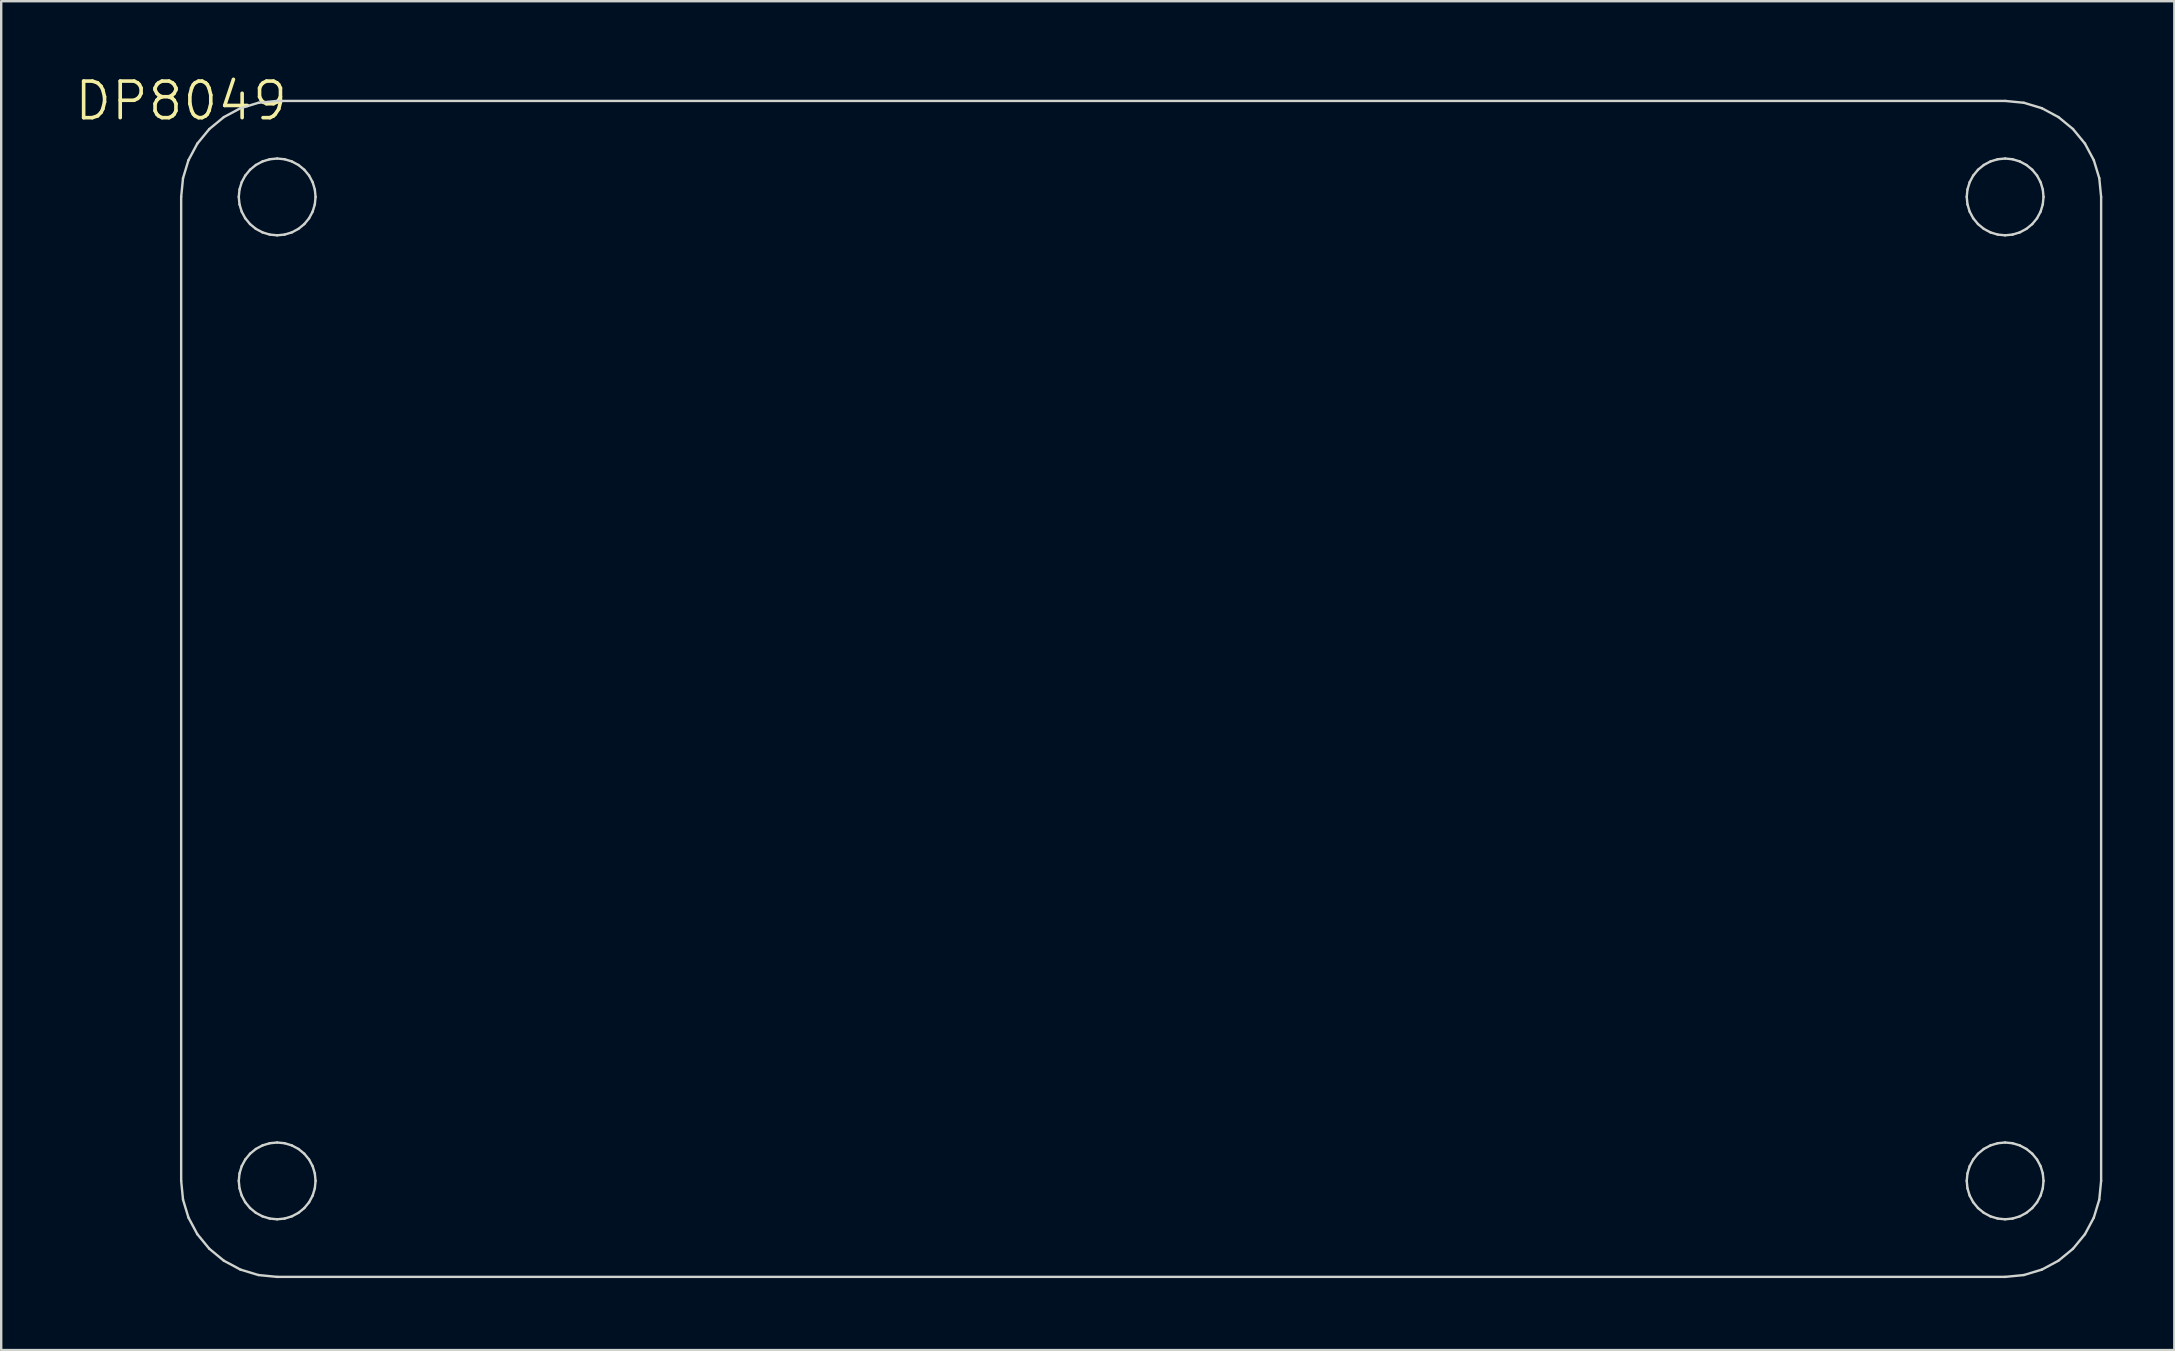
<source format=kicad_pcb>
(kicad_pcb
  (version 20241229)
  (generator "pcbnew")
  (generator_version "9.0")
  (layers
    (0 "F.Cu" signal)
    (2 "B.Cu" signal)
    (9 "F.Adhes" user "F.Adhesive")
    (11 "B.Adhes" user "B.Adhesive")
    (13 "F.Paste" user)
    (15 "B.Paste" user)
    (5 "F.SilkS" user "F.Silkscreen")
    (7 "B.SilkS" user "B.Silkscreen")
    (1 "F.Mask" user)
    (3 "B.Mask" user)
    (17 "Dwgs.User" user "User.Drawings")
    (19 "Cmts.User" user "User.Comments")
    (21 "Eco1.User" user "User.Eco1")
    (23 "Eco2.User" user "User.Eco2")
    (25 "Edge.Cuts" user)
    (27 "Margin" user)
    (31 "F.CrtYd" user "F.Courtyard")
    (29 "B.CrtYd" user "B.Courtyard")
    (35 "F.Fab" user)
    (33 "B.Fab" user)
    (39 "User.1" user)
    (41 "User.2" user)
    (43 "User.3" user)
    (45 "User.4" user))
  (footprint "DP8049"
    (layer "F.Cu")
    (at 4.499 1.155)
    (property "Reference" "DP8049" (at 0 0 0) (layer "F.SilkS") (effects (font (size 1.524 1.524) (thickness 0.15))))
    (attr through_hole)
    (fp_line (start 0 4) (end 0.077 3.22) (stroke (width 0.1) (type solid)) (layer "Edge.Cuts"))
    (fp_line (start 0 45) (end 0 4) (stroke (width 0.1) (type solid)) (layer "Edge.Cuts"))
    (fp_line (start 0.077 3.22) (end 0.304 2.469) (stroke (width 0.1) (type solid)) (layer "Edge.Cuts"))
    (fp_line (start 0.077 45.78) (end 0 45) (stroke (width 0.1) (type solid)) (layer "Edge.Cuts"))
    (fp_line (start 0.304 2.469) (end 0.674 1.778) (stroke (width 0.1) (type solid)) (layer "Edge.Cuts"))
    (fp_line (start 0.304 46.531) (end 0.077 45.78) (stroke (width 0.1) (type solid)) (layer "Edge.Cuts"))
    (fp_line (start 0.674 1.778) (end 1.172 1.172) (stroke (width 0.1) (type solid)) (layer "Edge.Cuts"))
    (fp_line (start 0.674 47.222) (end 0.304 46.531) (stroke (width 0.1) (type solid)) (layer "Edge.Cuts"))
    (fp_line (start 1.172 1.172) (end 1.778 0.674) (stroke (width 0.1) (type solid)) (layer "Edge.Cuts"))
    (fp_line (start 1.172 47.828) (end 0.674 47.222) (stroke (width 0.1) (type solid)) (layer "Edge.Cuts"))
    (fp_line (start 1.778 0.674) (end 2.469 0.304) (stroke (width 0.1) (type solid)) (layer "Edge.Cuts"))
    (fp_line (start 1.778 48.326) (end 1.172 47.828) (stroke (width 0.1) (type solid)) (layer "Edge.Cuts"))
    (fp_line (start 2.4 4) (end 2.431 4.312) (stroke (width 0.1) (type solid)) (layer "Edge.Cuts"))
    (fp_line (start 2.4 45) (end 2.431 45.312) (stroke (width 0.1) (type solid)) (layer "Edge.Cuts"))
    (fp_line (start 2.431 3.688) (end 2.4 4) (stroke (width 0.1) (type solid)) (layer "Edge.Cuts"))
    (fp_line (start 2.431 4.312) (end 2.522 4.612) (stroke (width 0.1) (type solid)) (layer "Edge.Cuts"))
    (fp_line (start 2.431 44.688) (end 2.4 45) (stroke (width 0.1) (type solid)) (layer "Edge.Cuts"))
    (fp_line (start 2.431 45.312) (end 2.522 45.612) (stroke (width 0.1) (type solid)) (layer "Edge.Cuts"))
    (fp_line (start 2.469 0.304) (end 3.22 0.077) (stroke (width 0.1) (type solid)) (layer "Edge.Cuts"))
    (fp_line (start 2.469 48.696) (end 1.778 48.326) (stroke (width 0.1) (type solid)) (layer "Edge.Cuts"))
    (fp_line (start 2.522 3.388) (end 2.431 3.688) (stroke (width 0.1) (type solid)) (layer "Edge.Cuts"))
    (fp_line (start 2.522 4.612) (end 2.67 4.889) (stroke (width 0.1) (type solid)) (layer "Edge.Cuts"))
    (fp_line (start 2.522 44.388) (end 2.431 44.688) (stroke (width 0.1) (type solid)) (layer "Edge.Cuts"))
    (fp_line (start 2.522 45.612) (end 2.67 45.889) (stroke (width 0.1) (type solid)) (layer "Edge.Cuts"))
    (fp_line (start 2.67 3.111) (end 2.522 3.388) (stroke (width 0.1) (type solid)) (layer "Edge.Cuts"))
    (fp_line (start 2.67 4.889) (end 2.869 5.131) (stroke (width 0.1) (type solid)) (layer "Edge.Cuts"))
    (fp_line (start 2.67 44.111) (end 2.522 44.388) (stroke (width 0.1) (type solid)) (layer "Edge.Cuts"))
    (fp_line (start 2.67 45.889) (end 2.869 46.131) (stroke (width 0.1) (type solid)) (layer "Edge.Cuts"))
    (fp_line (start 2.869 2.869) (end 2.67 3.111) (stroke (width 0.1) (type solid)) (layer "Edge.Cuts"))
    (fp_line (start 2.869 5.131) (end 3.111 5.33) (stroke (width 0.1) (type solid)) (layer "Edge.Cuts"))
    (fp_line (start 2.869 43.869) (end 2.67 44.111) (stroke (width 0.1) (type solid)) (layer "Edge.Cuts"))
    (fp_line (start 2.869 46.131) (end 3.111 46.33) (stroke (width 0.1) (type solid)) (layer "Edge.Cuts"))
    (fp_line (start 3.111 2.67) (end 2.869 2.869) (stroke (width 0.1) (type solid)) (layer "Edge.Cuts"))
    (fp_line (start 3.111 5.33) (end 3.388 5.478) (stroke (width 0.1) (type solid)) (layer "Edge.Cuts"))
    (fp_line (start 3.111 43.67) (end 2.869 43.869) (stroke (width 0.1) (type solid)) (layer "Edge.Cuts"))
    (fp_line (start 3.111 46.33) (end 3.388 46.478) (stroke (width 0.1) (type solid)) (layer "Edge.Cuts"))
    (fp_line (start 3.22 0.077) (end 4 0) (stroke (width 0.1) (type solid)) (layer "Edge.Cuts"))
    (fp_line (start 3.22 48.923) (end 2.469 48.696) (stroke (width 0.1) (type solid)) (layer "Edge.Cuts"))
    (fp_line (start 3.388 2.522) (end 3.111 2.67) (stroke (width 0.1) (type solid)) (layer "Edge.Cuts"))
    (fp_line (start 3.388 5.478) (end 3.688 5.569) (stroke (width 0.1) (type solid)) (layer "Edge.Cuts"))
    (fp_line (start 3.388 43.522) (end 3.111 43.67) (stroke (width 0.1) (type solid)) (layer "Edge.Cuts"))
    (fp_line (start 3.388 46.478) (end 3.688 46.569) (stroke (width 0.1) (type solid)) (layer "Edge.Cuts"))
    (fp_line (start 3.688 2.431) (end 3.388 2.522) (stroke (width 0.1) (type solid)) (layer "Edge.Cuts"))
    (fp_line (start 3.688 5.569) (end 4 5.6) (stroke (width 0.1) (type solid)) (layer "Edge.Cuts"))
    (fp_line (start 3.688 43.431) (end 3.388 43.522) (stroke (width 0.1) (type solid)) (layer "Edge.Cuts"))
    (fp_line (start 3.688 46.569) (end 4 46.6) (stroke (width 0.1) (type solid)) (layer "Edge.Cuts"))
    (fp_line (start 4 0) (end 76 0) (stroke (width 0.1) (type solid)) (layer "Edge.Cuts"))
    (fp_line (start 4 2.4) (end 3.688 2.431) (stroke (width 0.1) (type solid)) (layer "Edge.Cuts"))
    (fp_line (start 4 43.4) (end 3.688 43.431) (stroke (width 0.1) (type solid)) (layer "Edge.Cuts"))
    (fp_line (start 4 5.6) (end 4.312 5.569) (stroke (width 0.1) (type solid)) (layer "Edge.Cuts"))
    (fp_line (start 4 46.6) (end 4.312 46.569) (stroke (width 0.1) (type solid)) (layer "Edge.Cuts"))
    (fp_line (start 4 49) (end 3.22 48.923) (stroke (width 0.1) (type solid)) (layer "Edge.Cuts"))
    (fp_line (start 4.312 2.431) (end 4 2.4) (stroke (width 0.1) (type solid)) (layer "Edge.Cuts"))
    (fp_line (start 4.312 5.569) (end 4.612 5.478) (stroke (width 0.1) (type solid)) (layer "Edge.Cuts"))
    (fp_line (start 4.312 43.431) (end 4 43.4) (stroke (width 0.1) (type solid)) (layer "Edge.Cuts"))
    (fp_line (start 4.312 46.569) (end 4.612 46.478) (stroke (width 0.1) (type solid)) (layer "Edge.Cuts"))
    (fp_line (start 4.612 2.522) (end 4.312 2.431) (stroke (width 0.1) (type solid)) (layer "Edge.Cuts"))
    (fp_line (start 4.612 5.478) (end 4.889 5.33) (stroke (width 0.1) (type solid)) (layer "Edge.Cuts"))
    (fp_line (start 4.612 43.522) (end 4.312 43.431) (stroke (width 0.1) (type solid)) (layer "Edge.Cuts"))
    (fp_line (start 4.612 46.478) (end 4.889 46.33) (stroke (width 0.1) (type solid)) (layer "Edge.Cuts"))
    (fp_line (start 4.889 2.67) (end 4.612 2.522) (stroke (width 0.1) (type solid)) (layer "Edge.Cuts"))
    (fp_line (start 4.889 5.33) (end 5.131 5.131) (stroke (width 0.1) (type solid)) (layer "Edge.Cuts"))
    (fp_line (start 4.889 43.67) (end 4.612 43.522) (stroke (width 0.1) (type solid)) (layer "Edge.Cuts"))
    (fp_line (start 4.889 46.33) (end 5.131 46.131) (stroke (width 0.1) (type solid)) (layer "Edge.Cuts"))
    (fp_line (start 5.131 2.869) (end 4.889 2.67) (stroke (width 0.1) (type solid)) (layer "Edge.Cuts"))
    (fp_line (start 5.131 5.131) (end 5.33 4.889) (stroke (width 0.1) (type solid)) (layer "Edge.Cuts"))
    (fp_line (start 5.131 43.869) (end 4.889 43.67) (stroke (width 0.1) (type solid)) (layer "Edge.Cuts"))
    (fp_line (start 5.131 46.131) (end 5.33 45.889) (stroke (width 0.1) (type solid)) (layer "Edge.Cuts"))
    (fp_line (start 5.33 3.111) (end 5.131 2.869) (stroke (width 0.1) (type solid)) (layer "Edge.Cuts"))
    (fp_line (start 5.33 4.889) (end 5.478 4.612) (stroke (width 0.1) (type solid)) (layer "Edge.Cuts"))
    (fp_line (start 5.33 44.111) (end 5.131 43.869) (stroke (width 0.1) (type solid)) (layer "Edge.Cuts"))
    (fp_line (start 5.33 45.889) (end 5.478 45.612) (stroke (width 0.1) (type solid)) (layer "Edge.Cuts"))
    (fp_line (start 5.478 3.388) (end 5.33 3.111) (stroke (width 0.1) (type solid)) (layer "Edge.Cuts"))
    (fp_line (start 5.478 4.612) (end 5.569 4.312) (stroke (width 0.1) (type solid)) (layer "Edge.Cuts"))
    (fp_line (start 5.478 44.388) (end 5.33 44.111) (stroke (width 0.1) (type solid)) (layer "Edge.Cuts"))
    (fp_line (start 5.478 45.612) (end 5.569 45.312) (stroke (width 0.1) (type solid)) (layer "Edge.Cuts"))
    (fp_line (start 5.569 3.688) (end 5.478 3.388) (stroke (width 0.1) (type solid)) (layer "Edge.Cuts"))
    (fp_line (start 5.569 4.312) (end 5.6 4) (stroke (width 0.1) (type solid)) (layer "Edge.Cuts"))
    (fp_line (start 5.569 44.688) (end 5.478 44.388) (stroke (width 0.1) (type solid)) (layer "Edge.Cuts"))
    (fp_line (start 5.569 45.312) (end 5.6 45) (stroke (width 0.1) (type solid)) (layer "Edge.Cuts"))
    (fp_line (start 5.6 4) (end 5.569 3.688) (stroke (width 0.1) (type solid)) (layer "Edge.Cuts"))
    (fp_line (start 5.6 45) (end 5.569 44.688) (stroke (width 0.1) (type solid)) (layer "Edge.Cuts"))
    (fp_line (start 74.4 4) (end 74.431 4.312) (stroke (width 0.1) (type solid)) (layer "Edge.Cuts"))
    (fp_line (start 74.4 45) (end 74.431 45.312) (stroke (width 0.1) (type solid)) (layer "Edge.Cuts"))
    (fp_line (start 74.431 3.688) (end 74.4 4) (stroke (width 0.1) (type solid)) (layer "Edge.Cuts"))
    (fp_line (start 74.431 4.312) (end 74.522 4.612) (stroke (width 0.1) (type solid)) (layer "Edge.Cuts"))
    (fp_line (start 74.431 44.688) (end 74.4 45) (stroke (width 0.1) (type solid)) (layer "Edge.Cuts"))
    (fp_line (start 74.431 45.312) (end 74.522 45.612) (stroke (width 0.1) (type solid)) (layer "Edge.Cuts"))
    (fp_line (start 74.522 3.388) (end 74.431 3.688) (stroke (width 0.1) (type solid)) (layer "Edge.Cuts"))
    (fp_line (start 74.522 4.612) (end 74.67 4.889) (stroke (width 0.1) (type solid)) (layer "Edge.Cuts"))
    (fp_line (start 74.522 44.388) (end 74.431 44.688) (stroke (width 0.1) (type solid)) (layer "Edge.Cuts"))
    (fp_line (start 74.522 45.612) (end 74.67 45.889) (stroke (width 0.1) (type solid)) (layer "Edge.Cuts"))
    (fp_line (start 74.67 3.111) (end 74.522 3.388) (stroke (width 0.1) (type solid)) (layer "Edge.Cuts"))
    (fp_line (start 74.67 4.889) (end 74.869 5.131) (stroke (width 0.1) (type solid)) (layer "Edge.Cuts"))
    (fp_line (start 74.67 44.111) (end 74.522 44.388) (stroke (width 0.1) (type solid)) (layer "Edge.Cuts"))
    (fp_line (start 74.67 45.889) (end 74.869 46.131) (stroke (width 0.1) (type solid)) (layer "Edge.Cuts"))
    (fp_line (start 74.869 2.869) (end 74.67 3.111) (stroke (width 0.1) (type solid)) (layer "Edge.Cuts"))
    (fp_line (start 74.869 5.131) (end 75.111 5.33) (stroke (width 0.1) (type solid)) (layer "Edge.Cuts"))
    (fp_line (start 74.869 43.869) (end 74.67 44.111) (stroke (width 0.1) (type solid)) (layer "Edge.Cuts"))
    (fp_line (start 74.869 46.131) (end 75.111 46.33) (stroke (width 0.1) (type solid)) (layer "Edge.Cuts"))
    (fp_line (start 75.111 2.67) (end 74.869 2.869) (stroke (width 0.1) (type solid)) (layer "Edge.Cuts"))
    (fp_line (start 75.111 5.33) (end 75.388 5.478) (stroke (width 0.1) (type solid)) (layer "Edge.Cuts"))
    (fp_line (start 75.111 43.67) (end 74.869 43.869) (stroke (width 0.1) (type solid)) (layer "Edge.Cuts"))
    (fp_line (start 75.111 46.33) (end 75.388 46.478) (stroke (width 0.1) (type solid)) (layer "Edge.Cuts"))
    (fp_line (start 75.388 2.522) (end 75.111 2.67) (stroke (width 0.1) (type solid)) (layer "Edge.Cuts"))
    (fp_line (start 75.388 5.478) (end 75.688 5.569) (stroke (width 0.1) (type solid)) (layer "Edge.Cuts"))
    (fp_line (start 75.388 43.522) (end 75.111 43.67) (stroke (width 0.1) (type solid)) (layer "Edge.Cuts"))
    (fp_line (start 75.388 46.478) (end 75.688 46.569) (stroke (width 0.1) (type solid)) (layer "Edge.Cuts"))
    (fp_line (start 75.688 2.431) (end 75.388 2.522) (stroke (width 0.1) (type solid)) (layer "Edge.Cuts"))
    (fp_line (start 75.688 5.569) (end 76 5.6) (stroke (width 0.1) (type solid)) (layer "Edge.Cuts"))
    (fp_line (start 75.688 43.431) (end 75.388 43.522) (stroke (width 0.1) (type solid)) (layer "Edge.Cuts"))
    (fp_line (start 75.688 46.569) (end 76 46.6) (stroke (width 0.1) (type solid)) (layer "Edge.Cuts"))
    (fp_line (start 76 0) (end 76.78 0.077) (stroke (width 0.1) (type solid)) (layer "Edge.Cuts"))
    (fp_line (start 76 2.4) (end 75.688 2.431) (stroke (width 0.1) (type solid)) (layer "Edge.Cuts"))
    (fp_line (start 76 5.6) (end 76.312 5.569) (stroke (width 0.1) (type solid)) (layer "Edge.Cuts"))
    (fp_line (start 76 43.4) (end 75.688 43.431) (stroke (width 0.1) (type solid)) (layer "Edge.Cuts"))
    (fp_line (start 76 46.6) (end 76.312 46.569) (stroke (width 0.1) (type solid)) (layer "Edge.Cuts"))
    (fp_line (start 76 49) (end 4 49) (stroke (width 0.1) (type solid)) (layer "Edge.Cuts"))
    (fp_line (start 76.312 2.431) (end 76 2.4) (stroke (width 0.1) (type solid)) (layer "Edge.Cuts"))
    (fp_line (start 76.312 5.569) (end 76.612 5.478) (stroke (width 0.1) (type solid)) (layer "Edge.Cuts"))
    (fp_line (start 76.312 43.431) (end 76 43.4) (stroke (width 0.1) (type solid)) (layer "Edge.Cuts"))
    (fp_line (start 76.312 46.569) (end 76.612 46.478) (stroke (width 0.1) (type solid)) (layer "Edge.Cuts"))
    (fp_line (start 76.612 2.522) (end 76.312 2.431) (stroke (width 0.1) (type solid)) (layer "Edge.Cuts"))
    (fp_line (start 76.612 5.478) (end 76.889 5.33) (stroke (width 0.1) (type solid)) (layer "Edge.Cuts"))
    (fp_line (start 76.612 43.522) (end 76.312 43.431) (stroke (width 0.1) (type solid)) (layer "Edge.Cuts"))
    (fp_line (start 76.612 46.478) (end 76.889 46.33) (stroke (width 0.1) (type solid)) (layer "Edge.Cuts"))
    (fp_line (start 76.78 0.077) (end 77.531 0.304) (stroke (width 0.1) (type solid)) (layer "Edge.Cuts"))
    (fp_line (start 76.78 48.923) (end 76 49) (stroke (width 0.1) (type solid)) (layer "Edge.Cuts"))
    (fp_line (start 76.889 2.67) (end 76.612 2.522) (stroke (width 0.1) (type solid)) (layer "Edge.Cuts"))
    (fp_line (start 76.889 5.33) (end 77.131 5.131) (stroke (width 0.1) (type solid)) (layer "Edge.Cuts"))
    (fp_line (start 76.889 43.67) (end 76.612 43.522) (stroke (width 0.1) (type solid)) (layer "Edge.Cuts"))
    (fp_line (start 76.889 46.33) (end 77.131 46.131) (stroke (width 0.1) (type solid)) (layer "Edge.Cuts"))
    (fp_line (start 77.131 2.869) (end 76.889 2.67) (stroke (width 0.1) (type solid)) (layer "Edge.Cuts"))
    (fp_line (start 77.131 5.131) (end 77.33 4.889) (stroke (width 0.1) (type solid)) (layer "Edge.Cuts"))
    (fp_line (start 77.131 43.869) (end 76.889 43.67) (stroke (width 0.1) (type solid)) (layer "Edge.Cuts"))
    (fp_line (start 77.131 46.131) (end 77.33 45.889) (stroke (width 0.1) (type solid)) (layer "Edge.Cuts"))
    (fp_line (start 77.33 3.111) (end 77.131 2.869) (stroke (width 0.1) (type solid)) (layer "Edge.Cuts"))
    (fp_line (start 77.33 4.889) (end 77.478 4.612) (stroke (width 0.1) (type solid)) (layer "Edge.Cuts"))
    (fp_line (start 77.33 44.111) (end 77.131 43.869) (stroke (width 0.1) (type solid)) (layer "Edge.Cuts"))
    (fp_line (start 77.33 45.889) (end 77.478 45.612) (stroke (width 0.1) (type solid)) (layer "Edge.Cuts"))
    (fp_line (start 77.478 3.388) (end 77.33 3.111) (stroke (width 0.1) (type solid)) (layer "Edge.Cuts"))
    (fp_line (start 77.478 4.612) (end 77.569 4.312) (stroke (width 0.1) (type solid)) (layer "Edge.Cuts"))
    (fp_line (start 77.478 44.388) (end 77.33 44.111) (stroke (width 0.1) (type solid)) (layer "Edge.Cuts"))
    (fp_line (start 77.478 45.612) (end 77.569 45.312) (stroke (width 0.1) (type solid)) (layer "Edge.Cuts"))
    (fp_line (start 77.531 0.304) (end 78.222 0.674) (stroke (width 0.1) (type solid)) (layer "Edge.Cuts"))
    (fp_line (start 77.531 48.696) (end 76.78 48.923) (stroke (width 0.1) (type solid)) (layer "Edge.Cuts"))
    (fp_line (start 77.569 3.688) (end 77.478 3.388) (stroke (width 0.1) (type solid)) (layer "Edge.Cuts"))
    (fp_line (start 77.569 4.312) (end 77.6 4) (stroke (width 0.1) (type solid)) (layer "Edge.Cuts"))
    (fp_line (start 77.569 44.688) (end 77.478 44.388) (stroke (width 0.1) (type solid)) (layer "Edge.Cuts"))
    (fp_line (start 77.569 45.312) (end 77.6 45) (stroke (width 0.1) (type solid)) (layer "Edge.Cuts"))
    (fp_line (start 77.6 4) (end 77.569 3.688) (stroke (width 0.1) (type solid)) (layer "Edge.Cuts"))
    (fp_line (start 77.6 45) (end 77.569 44.688) (stroke (width 0.1) (type solid)) (layer "Edge.Cuts"))
    (fp_line (start 78.222 0.674) (end 78.828 1.172) (stroke (width 0.1) (type solid)) (layer "Edge.Cuts"))
    (fp_line (start 78.222 48.326) (end 77.531 48.696) (stroke (width 0.1) (type solid)) (layer "Edge.Cuts"))
    (fp_line (start 78.828 1.172) (end 79.326 1.778) (stroke (width 0.1) (type solid)) (layer "Edge.Cuts"))
    (fp_line (start 78.828 47.828) (end 78.222 48.326) (stroke (width 0.1) (type solid)) (layer "Edge.Cuts"))
    (fp_line (start 79.326 1.778) (end 79.695 2.469) (stroke (width 0.1) (type solid)) (layer "Edge.Cuts"))
    (fp_line (start 79.326 47.222) (end 78.828 47.828) (stroke (width 0.1) (type solid)) (layer "Edge.Cuts"))
    (fp_line (start 79.695 2.469) (end 79.923 3.22) (stroke (width 0.1) (type solid)) (layer "Edge.Cuts"))
    (fp_line (start 79.695 46.531) (end 79.326 47.222) (stroke (width 0.1) (type solid)) (layer "Edge.Cuts"))
    (fp_line (start 79.923 3.22) (end 80 4) (stroke (width 0.1) (type solid)) (layer "Edge.Cuts"))
    (fp_line (start 79.923 45.78) (end 79.695 46.531) (stroke (width 0.1) (type solid)) (layer "Edge.Cuts"))
    (fp_line (start 80 4) (end 80 45) (stroke (width 0.1) (type solid)) (layer "Edge.Cuts"))
    (fp_line (start 80 45) (end 79.923 45.78) (stroke (width 0.1) (type solid)) (layer "Edge.Cuts")))
  (gr_rect
    (start -3 -3)
    (end 87.549 53.205)
    (stroke (width 0.1) (type default))
    (fill no)
    (layer "Edge.Cuts")))
</source>
